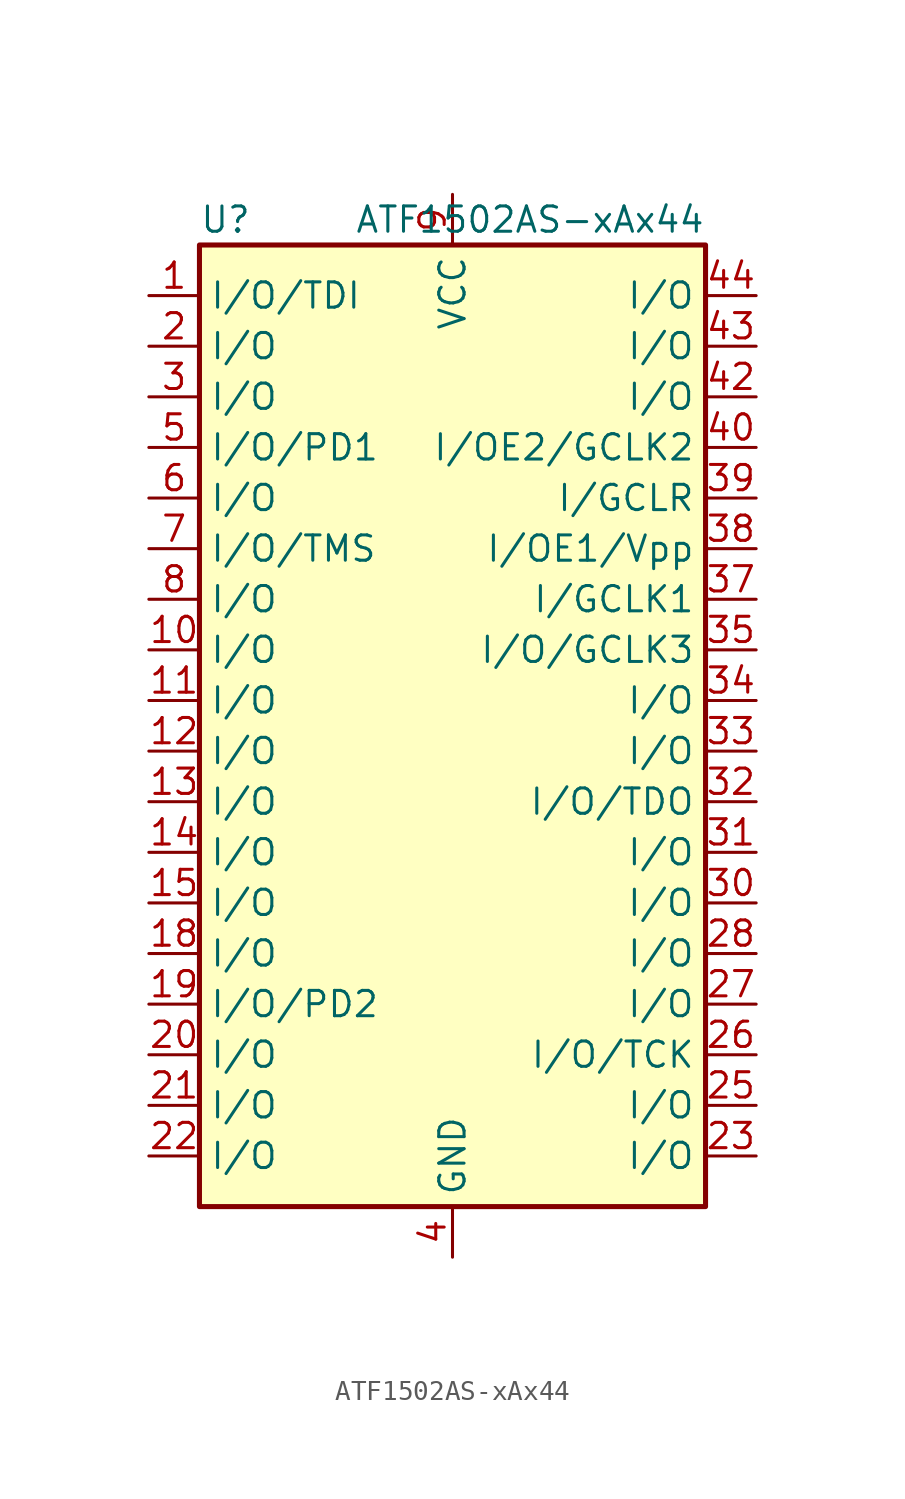
<source format=kicad_sym>
(kicad_symbol_lib
  (version 20211014)
  (generator kicad_symbol_editor)
  (symbol "ATF1502AS-xAx44"
    (property "Reference" "U"
      (at -12.7 24.13 0)
      (effects (font (size 1.27 1.27)) (justify left)))
    (property "Value" "ATF1502AS-xAx44"
      (at 12.7 24.13 0)
      (effects (font (size 1.27 1.27)) (justify right)))
    (symbol "ATF1502AS-xAx44_0_1"
      (rectangle (start -12.7 22.86) (end 12.7 -25.4) (stroke (width 0.254) (type default) (color 0 0 0 0)) (fill (type background))))
    (symbol "ATF1502AS-xAx44_1_1"
      (pin bidirectional line (at -15.24 20.32 0) (length 2.54) (name "I/O/TDI" (effects (font (size 1.27 1.27)))) (number "1" (effects (font (size 1.27 1.27)))))
      (pin bidirectional line (at -15.24 2.54 0) (length 2.54) (name "I/O" (effects (font (size 1.27 1.27)))) (number "10" (effects (font (size 1.27 1.27)))))
      (pin bidirectional line (at -15.24 0 0) (length 2.54) (name "I/O" (effects (font (size 1.27 1.27)))) (number "11" (effects (font (size 1.27 1.27)))))
      (pin bidirectional line (at -15.24 -2.54 0) (length 2.54) (name "I/O" (effects (font (size 1.27 1.27)))) (number "12" (effects (font (size 1.27 1.27)))))
      (pin bidirectional line (at -15.24 -5.08 0) (length 2.54) (name "I/O" (effects (font (size 1.27 1.27)))) (number "13" (effects (font (size 1.27 1.27)))))
      (pin bidirectional line (at -15.24 -7.62 0) (length 2.54) (name "I/O" (effects (font (size 1.27 1.27)))) (number "14" (effects (font (size 1.27 1.27)))))
      (pin bidirectional line (at -15.24 -10.16 0) (length 2.54) (name "I/O" (effects (font (size 1.27 1.27)))) (number "15" (effects (font (size 1.27 1.27)))))
      (pin passive line (at 0 -27.94 90) (length 2.54) hide (name "GND" (effects (font (size 1.27 1.27)))) (number "16" (effects (font (size 1.27 1.27)))))
      (pin passive line (at 0 25.4 270) (length 2.54) hide (name "VCC" (effects (font (size 1.27 1.27)))) (number "17" (effects (font (size 1.27 1.27)))))
      (pin bidirectional line (at -15.24 -12.7 0) (length 2.54) (name "I/O" (effects (font (size 1.27 1.27)))) (number "18" (effects (font (size 1.27 1.27)))))
      (pin bidirectional line (at -15.24 -15.24 0) (length 2.54) (name "I/O/PD2" (effects (font (size 1.27 1.27)))) (number "19" (effects (font (size 1.27 1.27)))))
      (pin bidirectional line (at -15.24 17.78 0) (length 2.54) (name "I/O" (effects (font (size 1.27 1.27)))) (number "2" (effects (font (size 1.27 1.27)))))
      (pin bidirectional line (at -15.24 -17.78 0) (length 2.54) (name "I/O" (effects (font (size 1.27 1.27)))) (number "20" (effects (font (size 1.27 1.27)))))
      (pin bidirectional line (at -15.24 -20.32 0) (length 2.54) (name "I/O" (effects (font (size 1.27 1.27)))) (number "21" (effects (font (size 1.27 1.27)))))
      (pin bidirectional line (at -15.24 -22.86 0) (length 2.54) (name "I/O" (effects (font (size 1.27 1.27)))) (number "22" (effects (font (size 1.27 1.27)))))
      (pin bidirectional line (at 15.24 -22.86 180) (length 2.54) (name "I/O" (effects (font (size 1.27 1.27)))) (number "23" (effects (font (size 1.27 1.27)))))
      (pin passive line (at 0 -27.94 90) (length 2.54) hide (name "GND" (effects (font (size 1.27 1.27)))) (number "24" (effects (font (size 1.27 1.27)))))
      (pin bidirectional line (at 15.24 -20.32 180) (length 2.54) (name "I/O" (effects (font (size 1.27 1.27)))) (number "25" (effects (font (size 1.27 1.27)))))
      (pin bidirectional line (at 15.24 -17.78 180) (length 2.54) (name "I/O/TCK" (effects (font (size 1.27 1.27)))) (number "26" (effects (font (size 1.27 1.27)))))
      (pin bidirectional line (at 15.24 -15.24 180) (length 2.54) (name "I/O" (effects (font (size 1.27 1.27)))) (number "27" (effects (font (size 1.27 1.27)))))
      (pin bidirectional line (at 15.24 -12.7 180) (length 2.54) (name "I/O" (effects (font (size 1.27 1.27)))) (number "28" (effects (font (size 1.27 1.27)))))
      (pin passive line (at 0 25.4 270) (length 2.54) hide (name "VCC" (effects (font (size 1.27 1.27)))) (number "29" (effects (font (size 1.27 1.27)))))
      (pin bidirectional line (at -15.24 15.24 0) (length 2.54) (name "I/O" (effects (font (size 1.27 1.27)))) (number "3" (effects (font (size 1.27 1.27)))))
      (pin bidirectional line (at 15.24 -10.16 180) (length 2.54) (name "I/O" (effects (font (size 1.27 1.27)))) (number "30" (effects (font (size 1.27 1.27)))))
      (pin bidirectional line (at 15.24 -7.62 180) (length 2.54) (name "I/O" (effects (font (size 1.27 1.27)))) (number "31" (effects (font (size 1.27 1.27)))))
      (pin bidirectional line (at 15.24 -5.08 180) (length 2.54) (name "I/O/TDO" (effects (font (size 1.27 1.27)))) (number "32" (effects (font (size 1.27 1.27)))))
      (pin bidirectional line (at 15.24 -2.54 180) (length 2.54) (name "I/O" (effects (font (size 1.27 1.27)))) (number "33" (effects (font (size 1.27 1.27)))))
      (pin bidirectional line (at 15.24 0 180) (length 2.54) (name "I/O" (effects (font (size 1.27 1.27)))) (number "34" (effects (font (size 1.27 1.27)))))
      (pin bidirectional line (at 15.24 2.54 180) (length 2.54) (name "I/O/GCLK3" (effects (font (size 1.27 1.27)))) (number "35" (effects (font (size 1.27 1.27)))))
      (pin passive line (at 0 -27.94 90) (length 2.54) hide (name "GND" (effects (font (size 1.27 1.27)))) (number "36" (effects (font (size 1.27 1.27)))))
      (pin input line (at 15.24 5.08 180) (length 2.54) (name "I/GCLK1" (effects (font (size 1.27 1.27)))) (number "37" (effects (font (size 1.27 1.27)))))
      (pin input line (at 15.24 7.62 180) (length 2.54) (name "I/OE1/Vpp" (effects (font (size 1.27 1.27)))) (number "38" (effects (font (size 1.27 1.27)))))
      (pin input line (at 15.24 10.16 180) (length 2.54) (name "I/GCLR" (effects (font (size 1.27 1.27)))) (number "39" (effects (font (size 1.27 1.27)))))
      (pin power_in line (at 0 -27.94 90) (length 2.54) (name "GND" (effects (font (size 1.27 1.27)))) (number "4" (effects (font (size 1.27 1.27)))))
      (pin input line (at 15.24 12.7 180) (length 2.54) (name "I/OE2/GCLK2" (effects (font (size 1.27 1.27)))) (number "40" (effects (font (size 1.27 1.27)))))
      (pin passive line (at 0 25.4 270) (length 2.54) hide (name "VCC" (effects (font (size 1.27 1.27)))) (number "41" (effects (font (size 1.27 1.27)))))
      (pin bidirectional line (at 15.24 15.24 180) (length 2.54) (name "I/O" (effects (font (size 1.27 1.27)))) (number "42" (effects (font (size 1.27 1.27)))))
      (pin bidirectional line (at 15.24 17.78 180) (length 2.54) (name "I/O" (effects (font (size 1.27 1.27)))) (number "43" (effects (font (size 1.27 1.27)))))
      (pin bidirectional line (at 15.24 20.32 180) (length 2.54) (name "I/O" (effects (font (size 1.27 1.27)))) (number "44" (effects (font (size 1.27 1.27)))))
      (pin bidirectional line (at -15.24 12.7 0) (length 2.54) (name "I/O/PD1" (effects (font (size 1.27 1.27)))) (number "5" (effects (font (size 1.27 1.27)))))
      (pin bidirectional line (at -15.24 10.16 0) (length 2.54) (name "I/O" (effects (font (size 1.27 1.27)))) (number "6" (effects (font (size 1.27 1.27)))))
      (pin bidirectional line (at -15.24 7.62 0) (length 2.54) (name "I/O/TMS" (effects (font (size 1.27 1.27)))) (number "7" (effects (font (size 1.27 1.27)))))
      (pin bidirectional line (at -15.24 5.08 0) (length 2.54) (name "I/O" (effects (font (size 1.27 1.27)))) (number "8" (effects (font (size 1.27 1.27)))))
      (pin power_in line (at 0 25.4 270) (length 2.54) (name "VCC" (effects (font (size 1.27 1.27)))) (number "9" (effects (font (size 1.27 1.27))))))))
</source>
